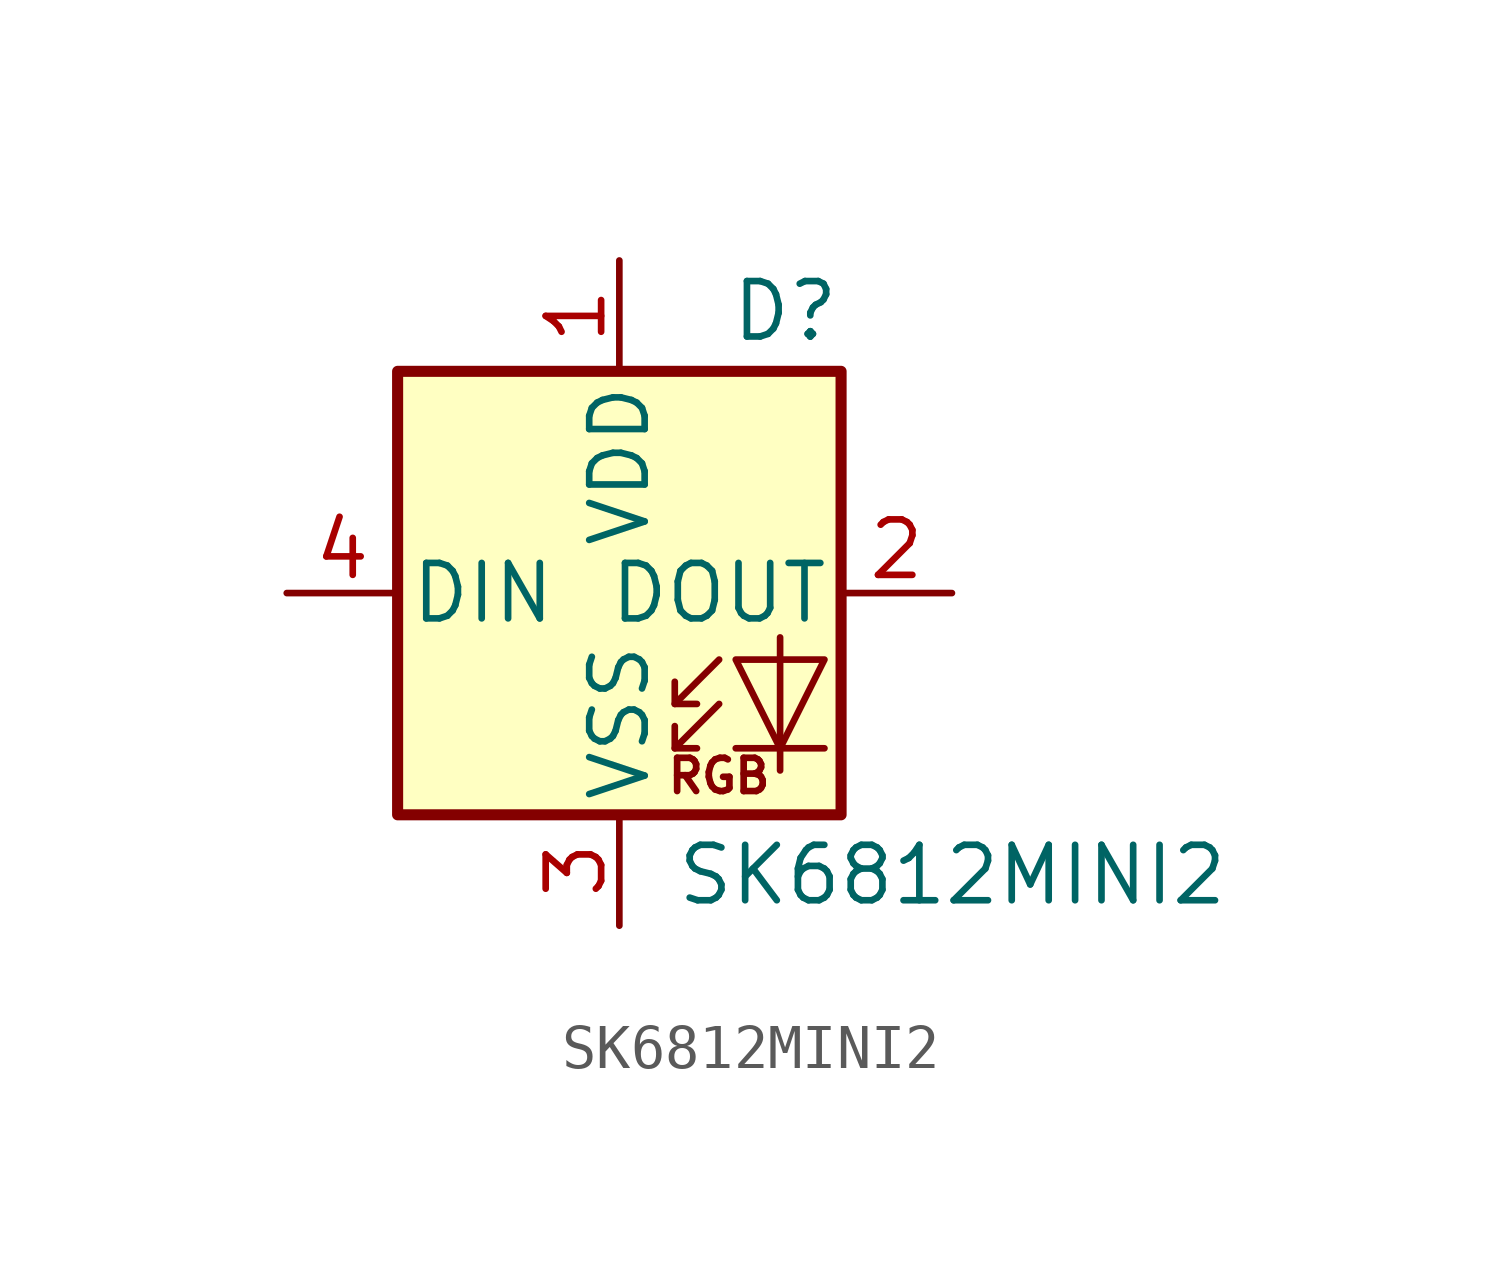
<source format=kicad_sym>
(kicad_symbol_lib
  (version 20211014)
  (generator kicad_symbol_editor)
  (symbol "SK6812MINI2"
    (pin_names
      (offset 0.254))
    (property "Reference" "D"
      (at 5.08 5.715 0)
      (effects (font (size 1.27 1.27)) (justify right bottom)))
    (property "Value" "SK6812MINI2"
      (at 1.27 -5.715 0)
      (effects (font (size 1.27 1.27)) (justify left top)))
    (symbol "SK6812MINI2_0_0"
      (text "RGB" (at 2.286 -4.191 0) (effects (font (size 0.762 0.762)))))
    (symbol "SK6812MINI2_0_1"
      (polyline (pts (xy 1.27 -3.556) (xy 1.778 -3.556)) (stroke (width 0) (type default) (color 0 0 0 0)) (fill (type none)))
      (polyline (pts (xy 1.27 -2.54) (xy 1.778 -2.54)) (stroke (width 0) (type default) (color 0 0 0 0)) (fill (type none)))
      (polyline (pts (xy 4.699 -3.556) (xy 2.667 -3.556)) (stroke (width 0) (type default) (color 0 0 0 0)) (fill (type none)))
      (polyline (pts (xy 2.286 -2.54) (xy 1.27 -3.556) (xy 1.27 -3.048)) (stroke (width 0) (type default) (color 0 0 0 0)) (fill (type none)))
      (polyline (pts (xy 2.286 -1.524) (xy 1.27 -2.54) (xy 1.27 -2.032)) (stroke (width 0) (type default) (color 0 0 0 0)) (fill (type none)))
      (polyline (pts (xy 3.683 -1.016) (xy 3.683 -3.556) (xy 3.683 -4.064)) (stroke (width 0) (type default) (color 0 0 0 0)) (fill (type none)))
      (polyline (pts (xy 4.699 -1.524) (xy 2.667 -1.524) (xy 3.683 -3.556) (xy 4.699 -1.524)) (stroke (width 0) (type default) (color 0 0 0 0)) (fill (type none)))
      (rectangle (start 5.08 5.08) (end -5.08 -5.08) (stroke (width 0.254) (type default) (color 0 0 0 0)) (fill (type background))))
    (symbol "SK6812MINI2_1_1"
      (pin power_in line (at 0 7.62 270) (length 2.54) (name "VDD" (effects (font (size 1.27 1.27)))) (number "1" (effects (font (size 1.27 1.27)))))
      (pin output line (at 7.62 0 180) (length 2.54) (name "DOUT" (effects (font (size 1.27 1.27)))) (number "2" (effects (font (size 1.27 1.27)))))
      (pin power_in line (at 0 -7.62 90) (length 2.54) (name "VSS" (effects (font (size 1.27 1.27)))) (number "3" (effects (font (size 1.27 1.27)))))
      (pin input line (at -7.62 0 0) (length 2.54) (name "DIN" (effects (font (size 1.27 1.27)))) (number "4" (effects (font (size 1.27 1.27))))))))
</source>
